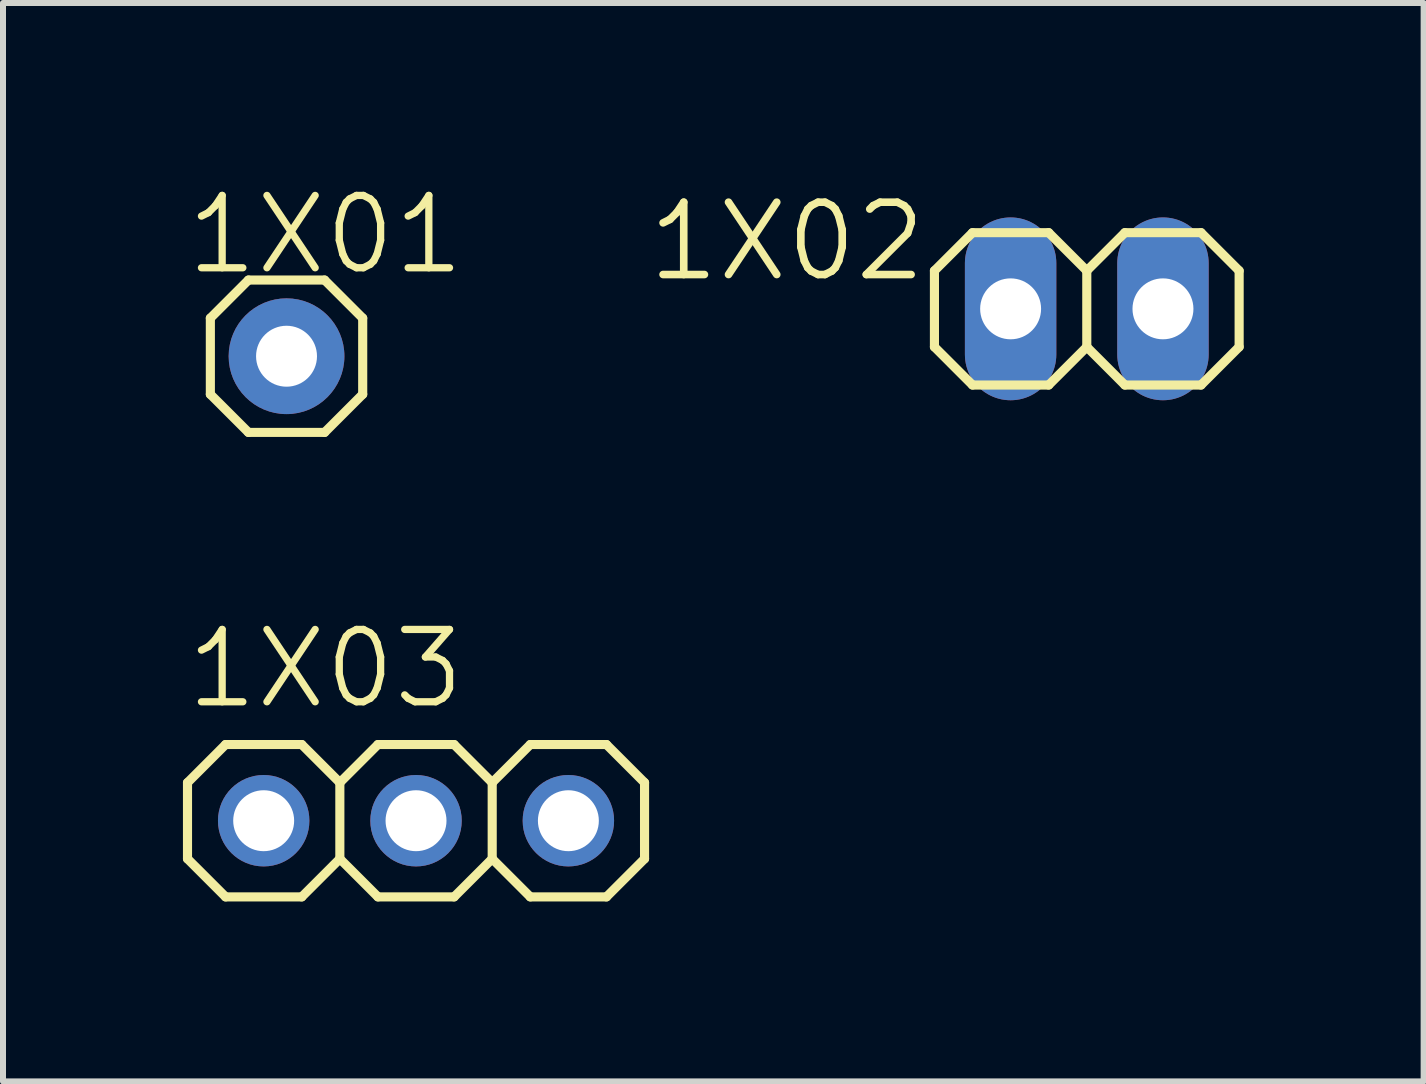
<source format=kicad_pcb>
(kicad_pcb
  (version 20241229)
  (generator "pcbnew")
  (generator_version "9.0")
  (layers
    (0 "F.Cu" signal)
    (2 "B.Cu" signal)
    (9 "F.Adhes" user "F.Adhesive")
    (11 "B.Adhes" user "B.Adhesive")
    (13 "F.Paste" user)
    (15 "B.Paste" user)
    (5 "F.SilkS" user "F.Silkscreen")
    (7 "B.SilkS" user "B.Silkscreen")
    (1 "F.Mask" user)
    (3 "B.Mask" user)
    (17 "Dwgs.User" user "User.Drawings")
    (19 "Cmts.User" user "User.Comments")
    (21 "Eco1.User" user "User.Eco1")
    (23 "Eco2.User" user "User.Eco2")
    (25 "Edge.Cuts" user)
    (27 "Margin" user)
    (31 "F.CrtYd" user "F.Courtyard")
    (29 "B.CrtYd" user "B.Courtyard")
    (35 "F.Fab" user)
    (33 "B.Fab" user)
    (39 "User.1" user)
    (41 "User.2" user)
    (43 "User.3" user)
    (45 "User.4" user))
  (footprint "1X03"
    (layer "F.Cu")
    (at 3.886 10.633)
    (property "Reference" "1X03" (at -3.886 -1.829 180) (layer "F.SilkS") (effects (font (size 1.206 1.206) (thickness 0.121)) (justify left bottom)))
    (attr through_hole)
    (fp_line (start -3.81 -0.635) (end -3.81 0.635) (stroke (width 0.152) (type solid)) (layer "F.SilkS"))
    (fp_line (start -3.81 0.635) (end -3.175 1.27) (stroke (width 0.152) (type solid)) (layer "F.SilkS"))
    (fp_line (start -3.175 -1.27) (end -3.81 -0.635) (stroke (width 0.152) (type solid)) (layer "F.SilkS"))
    (fp_line (start -3.175 -1.27) (end -1.905 -1.27) (stroke (width 0.152) (type solid)) (layer "F.SilkS"))
    (fp_line (start -1.905 -1.27) (end -1.27 -0.635) (stroke (width 0.152) (type solid)) (layer "F.SilkS"))
    (fp_line (start -1.905 1.27) (end -3.175 1.27) (stroke (width 0.152) (type solid)) (layer "F.SilkS"))
    (fp_line (start -1.27 -0.635) (end -1.27 0.635) (stroke (width 0.152) (type solid)) (layer "F.SilkS"))
    (fp_line (start -1.27 -0.635) (end -0.635 -1.27) (stroke (width 0.152) (type solid)) (layer "F.SilkS"))
    (fp_line (start -1.27 0.635) (end -1.905 1.27) (stroke (width 0.152) (type solid)) (layer "F.SilkS"))
    (fp_line (start -0.635 -1.27) (end 0.635 -1.27) (stroke (width 0.152) (type solid)) (layer "F.SilkS"))
    (fp_line (start -0.635 1.27) (end -1.27 0.635) (stroke (width 0.152) (type solid)) (layer "F.SilkS"))
    (fp_line (start 0.635 -1.27) (end 1.27 -0.635) (stroke (width 0.152) (type solid)) (layer "F.SilkS"))
    (fp_line (start 0.635 1.27) (end -0.635 1.27) (stroke (width 0.152) (type solid)) (layer "F.SilkS"))
    (fp_line (start 1.27 -0.635) (end 1.27 0.635) (stroke (width 0.152) (type solid)) (layer "F.SilkS"))
    (fp_line (start 1.27 -0.635) (end 1.905 -1.27) (stroke (width 0.152) (type solid)) (layer "F.SilkS"))
    (fp_line (start 1.27 0.635) (end 0.635 1.27) (stroke (width 0.152) (type solid)) (layer "F.SilkS"))
    (fp_line (start 1.905 -1.27) (end 3.175 -1.27) (stroke (width 0.152) (type solid)) (layer "F.SilkS"))
    (fp_line (start 1.905 1.27) (end 1.27 0.635) (stroke (width 0.152) (type solid)) (layer "F.SilkS"))
    (fp_line (start 3.175 -1.27) (end 3.81 -0.635) (stroke (width 0.152) (type solid)) (layer "F.SilkS"))
    (fp_line (start 3.175 1.27) (end 1.905 1.27) (stroke (width 0.152) (type solid)) (layer "F.SilkS"))
    (fp_line (start 3.81 -0.635) (end 3.81 0.635) (stroke (width 0.152) (type solid)) (layer "F.SilkS"))
    (fp_line (start 3.81 0.635) (end 3.175 1.27) (stroke (width 0.152) (type solid)) (layer "F.SilkS"))
    (fp_poly (pts (xy -2.794 0.254) (xy -2.286 0.254) (xy -2.286 -0.254) (xy -2.794 -0.254)) (stroke (width 0.1) (type solid)) (fill no) (layer "F.Fab"))
    (fp_poly (pts (xy -0.254 0.254) (xy 0.254 0.254) (xy 0.254 -0.254) (xy -0.254 -0.254)) (stroke (width 0.1) (type solid)) (fill no) (layer "F.Fab"))
    (fp_poly (pts (xy 2.286 0.254) (xy 2.794 0.254) (xy 2.794 -0.254) (xy 2.286 -0.254)) (stroke (width 0.1) (type solid)) (fill no) (layer "F.Fab"))
    (pad "1" thru_hole circle (at -2.54 0 90) (size 1.524 1.524) (drill 1.016) (layers "*.Cu" "*.Mask"))
    (pad "2" thru_hole circle (at 0 0 90) (size 1.524 1.524) (drill 1.016) (layers "*.Cu" "*.Mask"))
    (pad "3" thru_hole circle (at 2.54 0 90) (size 1.524 1.524) (drill 1.016) (layers "*.Cu" "*.Mask")))
  (footprint "1X01"
    (layer "F.Cu")
    (at 1.727 2.889)
    (property "Reference" "1X01" (at -1.727 -1.321 0) (layer "F.SilkS") (effects (font (size 1.206 1.206) (thickness 0.121)) (justify left bottom)))
    (attr through_hole)
    (fp_line (start -1.27 -0.635) (end -1.27 0.635) (stroke (width 0.152) (type solid)) (layer "F.SilkS"))
    (fp_line (start -1.27 0.635) (end -0.635 1.27) (stroke (width 0.152) (type solid)) (layer "F.SilkS"))
    (fp_line (start -0.635 -1.27) (end -1.27 -0.635) (stroke (width 0.152) (type solid)) (layer "F.SilkS"))
    (fp_line (start -0.635 -1.27) (end 0.635 -1.27) (stroke (width 0.152) (type solid)) (layer "F.SilkS"))
    (fp_line (start 0.635 -1.27) (end 1.27 -0.635) (stroke (width 0.152) (type solid)) (layer "F.SilkS"))
    (fp_line (start 0.635 1.27) (end -0.635 1.27) (stroke (width 0.152) (type solid)) (layer "F.SilkS"))
    (fp_line (start 1.27 -0.635) (end 1.27 0.635) (stroke (width 0.152) (type solid)) (layer "F.SilkS"))
    (fp_line (start 1.27 0.635) (end 0.635 1.27) (stroke (width 0.152) (type solid)) (layer "F.SilkS"))
    (fp_poly (pts (xy -0.254 0.254) (xy 0.254 0.254) (xy 0.254 -0.254) (xy -0.254 -0.254)) (stroke (width 0.1) (type solid)) (fill no) (layer "F.Fab"))
    (pad "1" thru_hole circle (at 0 0) (size 1.93 1.93) (drill 1.016) (layers "*.Cu" "*.Mask")))
  (footprint "1X02"
    (layer "F.Cu")
    (at 15.069 2.099)
    (property "Reference" "1X02" (at -2.616 -1.829 0) (layer "F.SilkS") (effects (font (size 1.206 1.206) (thickness 0.127)) (justify right top)))
    (attr through_hole)
    (fp_line (start -2.54 -0.635) (end -2.54 0.635) (stroke (width 0.152) (type solid)) (layer "F.SilkS"))
    (fp_line (start -2.54 0.635) (end -1.905 1.27) (stroke (width 0.152) (type solid)) (layer "F.SilkS"))
    (fp_line (start -1.905 -1.27) (end -2.54 -0.635) (stroke (width 0.152) (type solid)) (layer "F.SilkS"))
    (fp_line (start -1.905 -1.27) (end -0.635 -1.27) (stroke (width 0.152) (type solid)) (layer "F.SilkS"))
    (fp_line (start -0.635 -1.27) (end 0 -0.635) (stroke (width 0.152) (type solid)) (layer "F.SilkS"))
    (fp_line (start -0.635 1.27) (end -1.905 1.27) (stroke (width 0.152) (type solid)) (layer "F.SilkS"))
    (fp_line (start 0 -0.635) (end 0 0.635) (stroke (width 0.152) (type solid)) (layer "F.SilkS"))
    (fp_line (start 0 -0.635) (end 0.635 -1.27) (stroke (width 0.152) (type solid)) (layer "F.SilkS"))
    (fp_line (start 0 0.635) (end -0.635 1.27) (stroke (width 0.152) (type solid)) (layer "F.SilkS"))
    (fp_line (start 0.635 -1.27) (end 1.905 -1.27) (stroke (width 0.152) (type solid)) (layer "F.SilkS"))
    (fp_line (start 0.635 1.27) (end 0 0.635) (stroke (width 0.152) (type solid)) (layer "F.SilkS"))
    (fp_line (start 1.905 -1.27) (end 2.54 -0.635) (stroke (width 0.152) (type solid)) (layer "F.SilkS"))
    (fp_line (start 1.905 1.27) (end 0.635 1.27) (stroke (width 0.152) (type solid)) (layer "F.SilkS"))
    (fp_line (start 2.54 -0.635) (end 2.54 0.635) (stroke (width 0.152) (type solid)) (layer "F.SilkS"))
    (fp_line (start 2.54 0.635) (end 1.905 1.27) (stroke (width 0.152) (type solid)) (layer "F.SilkS"))
    (fp_poly (pts (xy -1.524 0.254) (xy -1.016 0.254) (xy -1.016 -0.254) (xy -1.524 -0.254)) (stroke (width 0.1) (type solid)) (fill no) (layer "F.Fab"))
    (fp_poly (pts (xy 1.016 0.254) (xy 1.524 0.254) (xy 1.524 -0.254) (xy 1.016 -0.254)) (stroke (width 0.1) (type solid)) (fill no) (layer "F.Fab"))
    (pad "1" thru_hole oval (at -1.27 0 90) (size 3.048 1.524) (drill 1.016) (layers "*.Cu" "*.Mask"))
    (pad "2" thru_hole oval (at 1.27 0 90) (size 3.048 1.524) (drill 1.016) (layers "*.Cu" "*.Mask")))
  (gr_rect
    (start -3 -3)
    (end 20.685 14.979)
    (stroke (width 0.1) (type default))
    (fill no)
    (layer "Edge.Cuts")))
</source>
